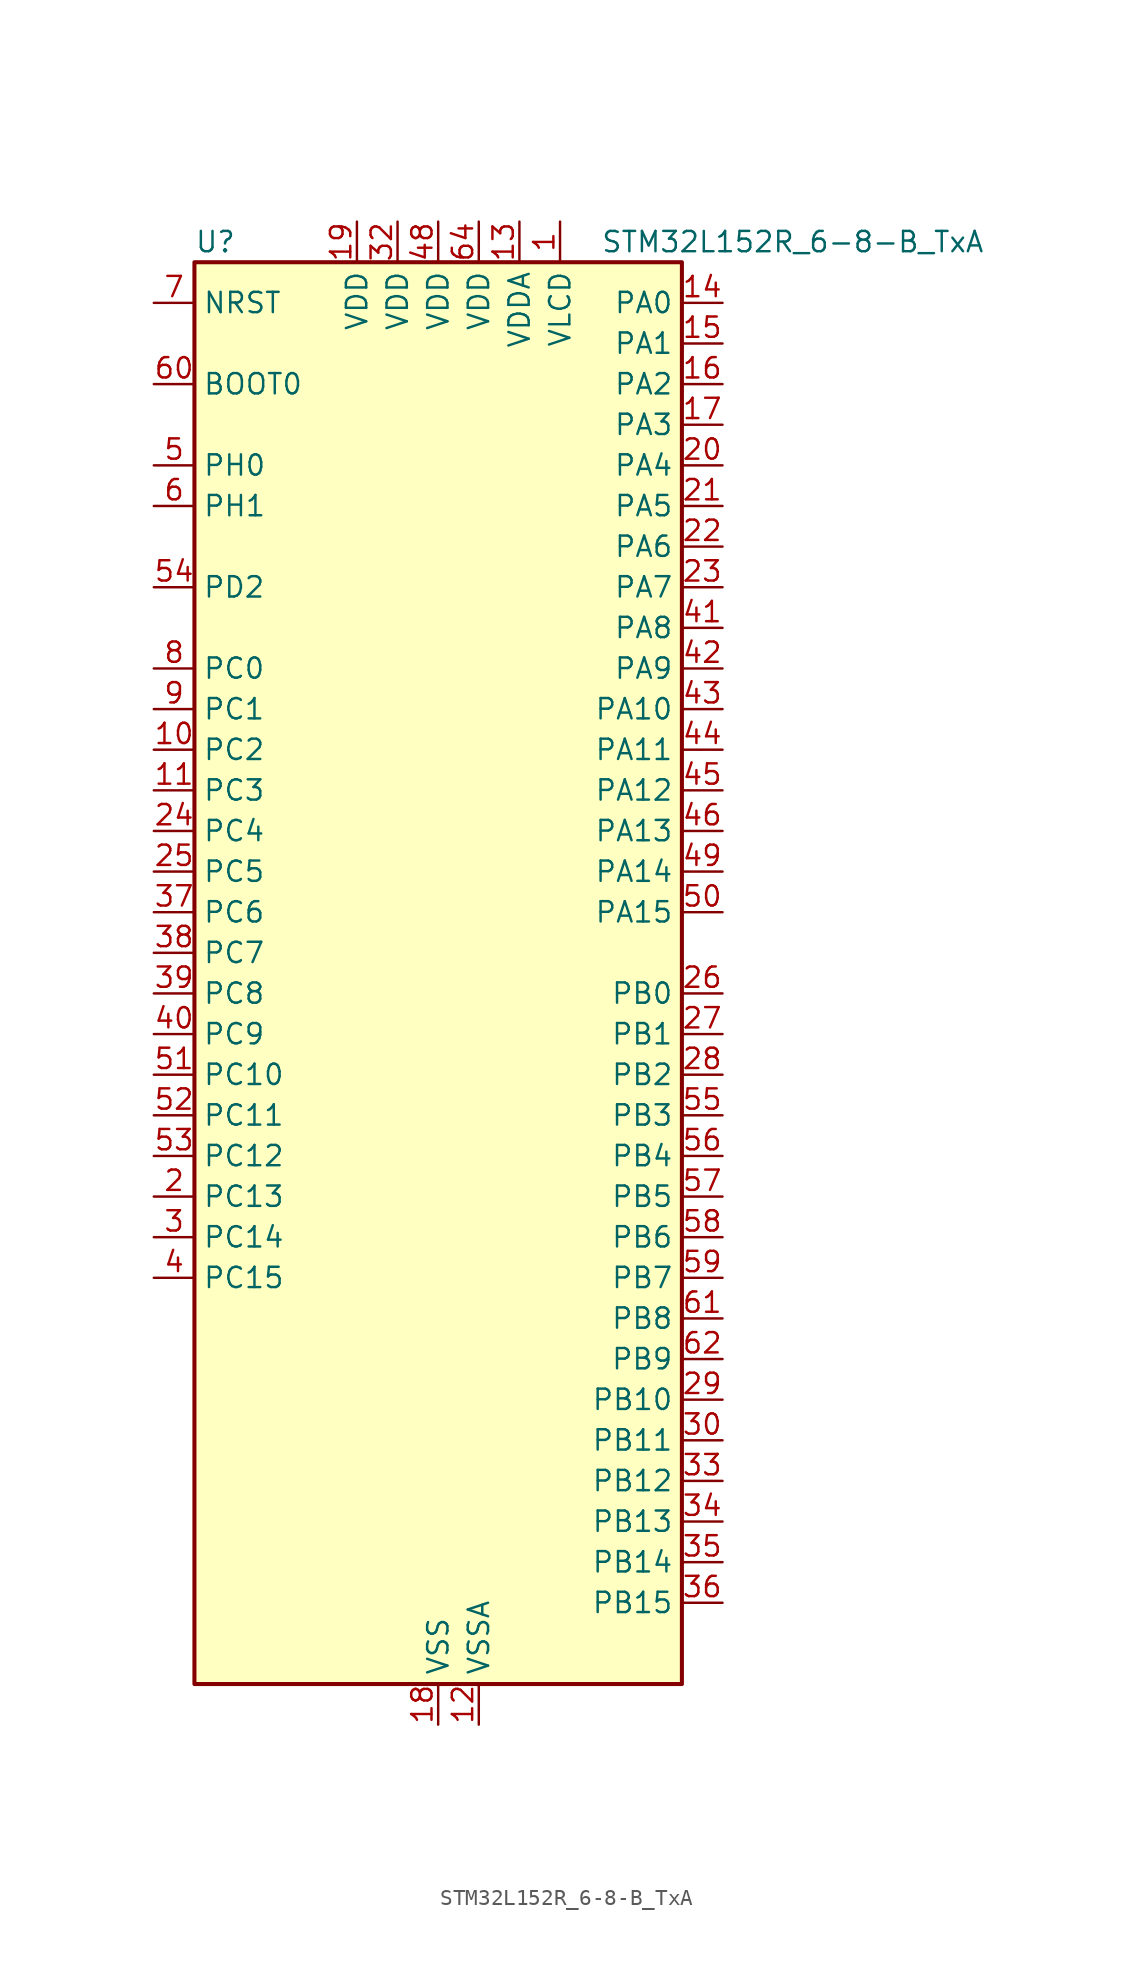
<source format=kicad_sym>
(kicad_symbol_lib
  (version 20220914)
  (generator kicad_symbol_editor)
  (symbol "STM32L152R_6-8-B_TxA"
    (property "Reference" "U"
      (at -15.24 46.99 0)
      (effects (font (size 1.27 1.27)) (justify left)))
    (property "Value" "STM32L152R_6-8-B_TxA"
      (at 10.16 46.99 0)
      (effects (font (size 1.27 1.27)) (justify left)))
    (property "ki_locked" ""
      (at 0 0 0)
      (effects (font (size 1.27 1.27))))
    (symbol "STM32L152R_6-8-B_TxA_0_1"
      (rectangle (start -15.24 -43.18) (end 15.24 45.72) (stroke (width 0.254) (type default)) (fill (type background))))
    (symbol "STM32L152R_6-8-B_TxA_1_1"
      (pin power_in line (at 7.62 48.26 270) (length 2.54) (name "VLCD" (effects (font (size 1.27 1.27)))) (number "1" (effects (font (size 1.27 1.27)))))
      (pin bidirectional line (at -17.78 15.24 0) (length 2.54) (name "PC2" (effects (font (size 1.27 1.27)))) (number "10" (effects (font (size 1.27 1.27)))) (alternate "ADC_IN12" bidirectional line) (alternate "COMP1_INP" bidirectional line) (alternate "LCD_SEG20" bidirectional line) (alternate "TIMX_IC3" bidirectional line) (alternate "TS_G8_IO3" bidirectional line))
      (pin bidirectional line (at -17.78 12.7 0) (length 2.54) (name "PC3" (effects (font (size 1.27 1.27)))) (number "11" (effects (font (size 1.27 1.27)))) (alternate "ADC_IN13" bidirectional line) (alternate "COMP1_INP" bidirectional line) (alternate "LCD_SEG21" bidirectional line) (alternate "TIMX_IC4" bidirectional line) (alternate "TS_G8_IO4" bidirectional line))
      (pin power_in line (at 2.54 -45.72 90) (length 2.54) (name "VSSA" (effects (font (size 1.27 1.27)))) (number "12" (effects (font (size 1.27 1.27)))))
      (pin power_in line (at 5.08 48.26 270) (length 2.54) (name "VDDA" (effects (font (size 1.27 1.27)))) (number "13" (effects (font (size 1.27 1.27)))))
      (pin bidirectional line (at 17.78 43.18 180) (length 2.54) (name "PA0" (effects (font (size 1.27 1.27)))) (number "14" (effects (font (size 1.27 1.27)))) (alternate "ADC_IN0" bidirectional line) (alternate "COMP1_INP" bidirectional line) (alternate "RTC_TAMP2" bidirectional line) (alternate "SYS_WKUP1" bidirectional line) (alternate "TIM2_CH1" bidirectional line) (alternate "TIM2_ETR" bidirectional line) (alternate "TIMX_IC1" bidirectional line) (alternate "TS_G1_IO1" bidirectional line) (alternate "USART2_CTS" bidirectional line))
      (pin bidirectional line (at 17.78 40.64 180) (length 2.54) (name "PA1" (effects (font (size 1.27 1.27)))) (number "15" (effects (font (size 1.27 1.27)))) (alternate "ADC_IN1" bidirectional line) (alternate "COMP1_INP" bidirectional line) (alternate "LCD_SEG0" bidirectional line) (alternate "TIM2_CH2" bidirectional line) (alternate "TIMX_IC2" bidirectional line) (alternate "TS_G1_IO2" bidirectional line) (alternate "USART2_RTS" bidirectional line))
      (pin bidirectional line (at 17.78 38.1 180) (length 2.54) (name "PA2" (effects (font (size 1.27 1.27)))) (number "16" (effects (font (size 1.27 1.27)))) (alternate "ADC_IN2" bidirectional line) (alternate "COMP1_INP" bidirectional line) (alternate "LCD_SEG1" bidirectional line) (alternate "TIM2_CH3" bidirectional line) (alternate "TIM9_CH1" bidirectional line) (alternate "TIMX_IC3" bidirectional line) (alternate "TS_G1_IO3" bidirectional line) (alternate "USART2_TX" bidirectional line))
      (pin bidirectional line (at 17.78 35.56 180) (length 2.54) (name "PA3" (effects (font (size 1.27 1.27)))) (number "17" (effects (font (size 1.27 1.27)))) (alternate "ADC_IN3" bidirectional line) (alternate "COMP1_INP" bidirectional line) (alternate "LCD_SEG2" bidirectional line) (alternate "TIM2_CH4" bidirectional line) (alternate "TIM9_CH2" bidirectional line) (alternate "TIMX_IC4" bidirectional line) (alternate "TS_G1_IO4" bidirectional line) (alternate "USART2_RX" bidirectional line))
      (pin power_in line (at 0 -45.72 90) (length 2.54) (name "VSS" (effects (font (size 1.27 1.27)))) (number "18" (effects (font (size 1.27 1.27)))))
      (pin power_in line (at -5.08 48.26 270) (length 2.54) (name "VDD" (effects (font (size 1.27 1.27)))) (number "19" (effects (font (size 1.27 1.27)))))
      (pin bidirectional line (at -17.78 -12.7 0) (length 2.54) (name "PC13" (effects (font (size 1.27 1.27)))) (number "2" (effects (font (size 1.27 1.27)))) (alternate "RTC_OUT_ALARM" bidirectional line) (alternate "RTC_OUT_CALIB" bidirectional line) (alternate "RTC_TAMP1" bidirectional line) (alternate "RTC_TS" bidirectional line) (alternate "SYS_WKUP2" bidirectional line) (alternate "TIMX_IC2" bidirectional line))
      (pin bidirectional line (at 17.78 33.02 180) (length 2.54) (name "PA4" (effects (font (size 1.27 1.27)))) (number "20" (effects (font (size 1.27 1.27)))) (alternate "ADC_IN4" bidirectional line) (alternate "COMP1_INP" bidirectional line) (alternate "DAC_OUT1" bidirectional line) (alternate "SPI1_NSS" bidirectional line) (alternate "TIMX_IC1" bidirectional line) (alternate "USART2_CK" bidirectional line))
      (pin bidirectional line (at 17.78 30.48 180) (length 2.54) (name "PA5" (effects (font (size 1.27 1.27)))) (number "21" (effects (font (size 1.27 1.27)))) (alternate "ADC_IN5" bidirectional line) (alternate "COMP1_INP" bidirectional line) (alternate "DAC_OUT2" bidirectional line) (alternate "SPI1_SCK" bidirectional line) (alternate "TIM2_CH1" bidirectional line) (alternate "TIM2_ETR" bidirectional line) (alternate "TIMX_IC2" bidirectional line))
      (pin bidirectional line (at 17.78 27.94 180) (length 2.54) (name "PA6" (effects (font (size 1.27 1.27)))) (number "22" (effects (font (size 1.27 1.27)))) (alternate "ADC_IN6" bidirectional line) (alternate "COMP1_INP" bidirectional line) (alternate "LCD_SEG3" bidirectional line) (alternate "SPI1_MISO" bidirectional line) (alternate "TIM10_CH1" bidirectional line) (alternate "TIM3_CH1" bidirectional line) (alternate "TIMX_IC3" bidirectional line) (alternate "TS_G2_IO1" bidirectional line))
      (pin bidirectional line (at 17.78 25.4 180) (length 2.54) (name "PA7" (effects (font (size 1.27 1.27)))) (number "23" (effects (font (size 1.27 1.27)))) (alternate "ADC_IN7" bidirectional line) (alternate "COMP1_INP" bidirectional line) (alternate "LCD_SEG4" bidirectional line) (alternate "SPI1_MOSI" bidirectional line) (alternate "TIM11_CH1" bidirectional line) (alternate "TIM3_CH2" bidirectional line) (alternate "TIMX_IC4" bidirectional line) (alternate "TS_G2_IO2" bidirectional line))
      (pin bidirectional line (at -17.78 10.16 0) (length 2.54) (name "PC4" (effects (font (size 1.27 1.27)))) (number "24" (effects (font (size 1.27 1.27)))) (alternate "ADC_IN14" bidirectional line) (alternate "COMP1_INP" bidirectional line) (alternate "LCD_SEG22" bidirectional line) (alternate "TIMX_IC1" bidirectional line) (alternate "TS_G9_IO1" bidirectional line))
      (pin bidirectional line (at -17.78 7.62 0) (length 2.54) (name "PC5" (effects (font (size 1.27 1.27)))) (number "25" (effects (font (size 1.27 1.27)))) (alternate "ADC_IN15" bidirectional line) (alternate "COMP1_INP" bidirectional line) (alternate "LCD_SEG23" bidirectional line) (alternate "TIMX_IC2" bidirectional line) (alternate "TS_G9_IO2" bidirectional line))
      (pin bidirectional line (at 17.78 0 180) (length 2.54) (name "PB0" (effects (font (size 1.27 1.27)))) (number "26" (effects (font (size 1.27 1.27)))) (alternate "ADC_IN8" bidirectional line) (alternate "COMP1_INP" bidirectional line) (alternate "LCD_SEG5" bidirectional line) (alternate "SYS_V_REF_OUT" bidirectional line) (alternate "TIM3_CH3" bidirectional line) (alternate "TS_G3_IO1" bidirectional line))
      (pin bidirectional line (at 17.78 -2.54 180) (length 2.54) (name "PB1" (effects (font (size 1.27 1.27)))) (number "27" (effects (font (size 1.27 1.27)))) (alternate "ADC_IN9" bidirectional line) (alternate "COMP1_INP" bidirectional line) (alternate "LCD_SEG6" bidirectional line) (alternate "SYS_V_REF_OUT" bidirectional line) (alternate "TIM3_CH4" bidirectional line) (alternate "TS_G3_IO2" bidirectional line))
      (pin bidirectional line (at 17.78 -5.08 180) (length 2.54) (name "PB2" (effects (font (size 1.27 1.27)))) (number "28" (effects (font (size 1.27 1.27)))) (alternate "TS_G3_IO3" bidirectional line))
      (pin bidirectional line (at 17.78 -25.4 180) (length 2.54) (name "PB10" (effects (font (size 1.27 1.27)))) (number "29" (effects (font (size 1.27 1.27)))) (alternate "I2C2_SCL" bidirectional line) (alternate "LCD_SEG10" bidirectional line) (alternate "TIM2_CH3" bidirectional line) (alternate "USART3_TX" bidirectional line))
      (pin bidirectional line (at -17.78 -15.24 0) (length 2.54) (name "PC14" (effects (font (size 1.27 1.27)))) (number "3" (effects (font (size 1.27 1.27)))) (alternate "RCC_OSC32_IN" bidirectional line) (alternate "TIMX_IC3" bidirectional line))
      (pin bidirectional line (at 17.78 -27.94 180) (length 2.54) (name "PB11" (effects (font (size 1.27 1.27)))) (number "30" (effects (font (size 1.27 1.27)))) (alternate "ADC_EXTI11" bidirectional line) (alternate "I2C2_SDA" bidirectional line) (alternate "LCD_SEG11" bidirectional line) (alternate "TIM2_CH4" bidirectional line) (alternate "USART3_RX" bidirectional line))
      (pin passive line (at 0 -45.72 90) (length 2.54) hide (name "VSS" (effects (font (size 1.27 1.27)))) (number "31" (effects (font (size 1.27 1.27)))))
      (pin power_in line (at -2.54 48.26 270) (length 2.54) (name "VDD" (effects (font (size 1.27 1.27)))) (number "32" (effects (font (size 1.27 1.27)))))
      (pin bidirectional line (at 17.78 -30.48 180) (length 2.54) (name "PB12" (effects (font (size 1.27 1.27)))) (number "33" (effects (font (size 1.27 1.27)))) (alternate "ADC_IN18" bidirectional line) (alternate "COMP1_INP" bidirectional line) (alternate "I2C2_SMBA" bidirectional line) (alternate "LCD_SEG12" bidirectional line) (alternate "SPI2_NSS" bidirectional line) (alternate "TIM10_CH1" bidirectional line) (alternate "TS_G7_IO1" bidirectional line) (alternate "USART3_CK" bidirectional line))
      (pin bidirectional line (at 17.78 -33.02 180) (length 2.54) (name "PB13" (effects (font (size 1.27 1.27)))) (number "34" (effects (font (size 1.27 1.27)))) (alternate "ADC_IN19" bidirectional line) (alternate "COMP1_INP" bidirectional line) (alternate "LCD_SEG13" bidirectional line) (alternate "SPI2_SCK" bidirectional line) (alternate "TIM9_CH1" bidirectional line) (alternate "TS_G7_IO2" bidirectional line) (alternate "USART3_CTS" bidirectional line))
      (pin bidirectional line (at 17.78 -35.56 180) (length 2.54) (name "PB14" (effects (font (size 1.27 1.27)))) (number "35" (effects (font (size 1.27 1.27)))) (alternate "ADC_IN20" bidirectional line) (alternate "COMP1_INP" bidirectional line) (alternate "LCD_SEG14" bidirectional line) (alternate "SPI2_MISO" bidirectional line) (alternate "TIM9_CH2" bidirectional line) (alternate "TS_G7_IO3" bidirectional line) (alternate "USART3_RTS" bidirectional line))
      (pin bidirectional line (at 17.78 -38.1 180) (length 2.54) (name "PB15" (effects (font (size 1.27 1.27)))) (number "36" (effects (font (size 1.27 1.27)))) (alternate "ADC_EXTI15" bidirectional line) (alternate "ADC_IN21" bidirectional line) (alternate "COMP1_INP" bidirectional line) (alternate "LCD_SEG15" bidirectional line) (alternate "RTC_REFIN" bidirectional line) (alternate "SPI2_MOSI" bidirectional line) (alternate "TIM11_CH1" bidirectional line) (alternate "TS_G7_IO4" bidirectional line))
      (pin bidirectional line (at -17.78 5.08 0) (length 2.54) (name "PC6" (effects (font (size 1.27 1.27)))) (number "37" (effects (font (size 1.27 1.27)))) (alternate "LCD_SEG24" bidirectional line) (alternate "TIM3_CH1" bidirectional line) (alternate "TIMX_IC3" bidirectional line) (alternate "TS_G10_IO1" bidirectional line))
      (pin bidirectional line (at -17.78 2.54 0) (length 2.54) (name "PC7" (effects (font (size 1.27 1.27)))) (number "38" (effects (font (size 1.27 1.27)))) (alternate "LCD_SEG25" bidirectional line) (alternate "TIM3_CH2" bidirectional line) (alternate "TIMX_IC4" bidirectional line) (alternate "TS_G10_IO2" bidirectional line))
      (pin bidirectional line (at -17.78 0 0) (length 2.54) (name "PC8" (effects (font (size 1.27 1.27)))) (number "39" (effects (font (size 1.27 1.27)))) (alternate "LCD_SEG26" bidirectional line) (alternate "TIM3_CH3" bidirectional line) (alternate "TIMX_IC1" bidirectional line) (alternate "TS_G10_IO3" bidirectional line))
      (pin bidirectional line (at -17.78 -17.78 0) (length 2.54) (name "PC15" (effects (font (size 1.27 1.27)))) (number "4" (effects (font (size 1.27 1.27)))) (alternate "ADC_EXTI15" bidirectional line) (alternate "RCC_OSC32_OUT" bidirectional line) (alternate "TIMX_IC4" bidirectional line))
      (pin bidirectional line (at -17.78 -2.54 0) (length 2.54) (name "PC9" (effects (font (size 1.27 1.27)))) (number "40" (effects (font (size 1.27 1.27)))) (alternate "DAC_EXTI9" bidirectional line) (alternate "LCD_SEG27" bidirectional line) (alternate "TIM3_CH4" bidirectional line) (alternate "TIMX_IC2" bidirectional line) (alternate "TS_G10_IO4" bidirectional line))
      (pin bidirectional line (at 17.78 22.86 180) (length 2.54) (name "PA8" (effects (font (size 1.27 1.27)))) (number "41" (effects (font (size 1.27 1.27)))) (alternate "LCD_COM0" bidirectional line) (alternate "RCC_MCO" bidirectional line) (alternate "TIMX_IC1" bidirectional line) (alternate "TS_G4_IO1" bidirectional line) (alternate "USART1_CK" bidirectional line))
      (pin bidirectional line (at 17.78 20.32 180) (length 2.54) (name "PA9" (effects (font (size 1.27 1.27)))) (number "42" (effects (font (size 1.27 1.27)))) (alternate "DAC_EXTI9" bidirectional line) (alternate "LCD_COM1" bidirectional line) (alternate "TIMX_IC2" bidirectional line) (alternate "TS_G4_IO2" bidirectional line) (alternate "USART1_TX" bidirectional line))
      (pin bidirectional line (at 17.78 17.78 180) (length 2.54) (name "PA10" (effects (font (size 1.27 1.27)))) (number "43" (effects (font (size 1.27 1.27)))) (alternate "LCD_COM2" bidirectional line) (alternate "TIMX_IC3" bidirectional line) (alternate "TS_G4_IO3" bidirectional line) (alternate "USART1_RX" bidirectional line))
      (pin bidirectional line (at 17.78 15.24 180) (length 2.54) (name "PA11" (effects (font (size 1.27 1.27)))) (number "44" (effects (font (size 1.27 1.27)))) (alternate "ADC_EXTI11" bidirectional line) (alternate "SPI1_MISO" bidirectional line) (alternate "TIMX_IC4" bidirectional line) (alternate "USART1_CTS" bidirectional line) (alternate "USB_DM" bidirectional line))
      (pin bidirectional line (at 17.78 12.7 180) (length 2.54) (name "PA12" (effects (font (size 1.27 1.27)))) (number "45" (effects (font (size 1.27 1.27)))) (alternate "SPI1_MOSI" bidirectional line) (alternate "TIMX_IC1" bidirectional line) (alternate "USART1_RTS" bidirectional line) (alternate "USB_DP" bidirectional line))
      (pin bidirectional line (at 17.78 10.16 180) (length 2.54) (name "PA13" (effects (font (size 1.27 1.27)))) (number "46" (effects (font (size 1.27 1.27)))) (alternate "SYS_JTMS-SWDIO" bidirectional line) (alternate "TIMX_IC2" bidirectional line) (alternate "TS_G5_IO1" bidirectional line))
      (pin passive line (at 0 -45.72 90) (length 2.54) hide (name "VSS" (effects (font (size 1.27 1.27)))) (number "47" (effects (font (size 1.27 1.27)))))
      (pin power_in line (at 0 48.26 270) (length 2.54) (name "VDD" (effects (font (size 1.27 1.27)))) (number "48" (effects (font (size 1.27 1.27)))))
      (pin bidirectional line (at 17.78 7.62 180) (length 2.54) (name "PA14" (effects (font (size 1.27 1.27)))) (number "49" (effects (font (size 1.27 1.27)))) (alternate "SYS_JTCK-SWCLK" bidirectional line) (alternate "TIMX_IC3" bidirectional line) (alternate "TS_G5_IO2" bidirectional line))
      (pin bidirectional line (at -17.78 33.02 0) (length 2.54) (name "PH0" (effects (font (size 1.27 1.27)))) (number "5" (effects (font (size 1.27 1.27)))) (alternate "RCC_OSC_IN" bidirectional line))
      (pin bidirectional line (at 17.78 5.08 180) (length 2.54) (name "PA15" (effects (font (size 1.27 1.27)))) (number "50" (effects (font (size 1.27 1.27)))) (alternate "ADC_EXTI15" bidirectional line) (alternate "LCD_SEG17" bidirectional line) (alternate "SPI1_NSS" bidirectional line) (alternate "SYS_JTDI" bidirectional line) (alternate "TIM2_CH1" bidirectional line) (alternate "TIM2_ETR" bidirectional line) (alternate "TIMX_IC4" bidirectional line) (alternate "TS_G5_IO3" bidirectional line))
      (pin bidirectional line (at -17.78 -5.08 0) (length 2.54) (name "PC10" (effects (font (size 1.27 1.27)))) (number "51" (effects (font (size 1.27 1.27)))) (alternate "LCD_COM4" bidirectional line) (alternate "LCD_SEG28" bidirectional line) (alternate "LCD_SEG40" bidirectional line) (alternate "TIMX_IC3" bidirectional line) (alternate "USART3_TX" bidirectional line))
      (pin bidirectional line (at -17.78 -7.62 0) (length 2.54) (name "PC11" (effects (font (size 1.27 1.27)))) (number "52" (effects (font (size 1.27 1.27)))) (alternate "ADC_EXTI11" bidirectional line) (alternate "LCD_COM5" bidirectional line) (alternate "LCD_SEG29" bidirectional line) (alternate "LCD_SEG41" bidirectional line) (alternate "TIMX_IC4" bidirectional line) (alternate "USART3_RX" bidirectional line))
      (pin bidirectional line (at -17.78 -10.16 0) (length 2.54) (name "PC12" (effects (font (size 1.27 1.27)))) (number "53" (effects (font (size 1.27 1.27)))) (alternate "LCD_COM6" bidirectional line) (alternate "LCD_SEG30" bidirectional line) (alternate "LCD_SEG42" bidirectional line) (alternate "TIMX_IC1" bidirectional line) (alternate "USART3_CK" bidirectional line))
      (pin bidirectional line (at -17.78 25.4 0) (length 2.54) (name "PD2" (effects (font (size 1.27 1.27)))) (number "54" (effects (font (size 1.27 1.27)))) (alternate "LCD_COM7" bidirectional line) (alternate "LCD_SEG31" bidirectional line) (alternate "LCD_SEG43" bidirectional line) (alternate "TIM3_ETR" bidirectional line) (alternate "TIMX_IC3" bidirectional line))
      (pin bidirectional line (at 17.78 -7.62 180) (length 2.54) (name "PB3" (effects (font (size 1.27 1.27)))) (number "55" (effects (font (size 1.27 1.27)))) (alternate "COMP2_INM" bidirectional line) (alternate "LCD_SEG7" bidirectional line) (alternate "SPI1_SCK" bidirectional line) (alternate "SYS_JTDO-TRACESWO" bidirectional line) (alternate "TIM2_CH2" bidirectional line))
      (pin bidirectional line (at 17.78 -10.16 180) (length 2.54) (name "PB4" (effects (font (size 1.27 1.27)))) (number "56" (effects (font (size 1.27 1.27)))) (alternate "COMP2_INP" bidirectional line) (alternate "LCD_SEG8" bidirectional line) (alternate "SPI1_MISO" bidirectional line) (alternate "SYS_JTRST" bidirectional line) (alternate "TIM3_CH1" bidirectional line) (alternate "TS_G6_IO1" bidirectional line))
      (pin bidirectional line (at 17.78 -12.7 180) (length 2.54) (name "PB5" (effects (font (size 1.27 1.27)))) (number "57" (effects (font (size 1.27 1.27)))) (alternate "COMP2_INP" bidirectional line) (alternate "I2C1_SMBA" bidirectional line) (alternate "LCD_SEG9" bidirectional line) (alternate "SPI1_MOSI" bidirectional line) (alternate "TIM3_CH2" bidirectional line) (alternate "TS_G6_IO2" bidirectional line))
      (pin bidirectional line (at 17.78 -15.24 180) (length 2.54) (name "PB6" (effects (font (size 1.27 1.27)))) (number "58" (effects (font (size 1.27 1.27)))) (alternate "I2C1_SCL" bidirectional line) (alternate "TIM4_CH1" bidirectional line) (alternate "TS_G6_IO3" bidirectional line) (alternate "USART1_TX" bidirectional line))
      (pin bidirectional line (at 17.78 -17.78 180) (length 2.54) (name "PB7" (effects (font (size 1.27 1.27)))) (number "59" (effects (font (size 1.27 1.27)))) (alternate "I2C1_SDA" bidirectional line) (alternate "SYS_PVD_IN" bidirectional line) (alternate "TIM4_CH2" bidirectional line) (alternate "TS_G6_IO4" bidirectional line) (alternate "USART1_RX" bidirectional line))
      (pin bidirectional line (at -17.78 30.48 0) (length 2.54) (name "PH1" (effects (font (size 1.27 1.27)))) (number "6" (effects (font (size 1.27 1.27)))) (alternate "RCC_OSC_OUT" bidirectional line))
      (pin input line (at -17.78 38.1 0) (length 2.54) (name "BOOT0" (effects (font (size 1.27 1.27)))) (number "60" (effects (font (size 1.27 1.27)))))
      (pin bidirectional line (at 17.78 -20.32 180) (length 2.54) (name "PB8" (effects (font (size 1.27 1.27)))) (number "61" (effects (font (size 1.27 1.27)))) (alternate "I2C1_SCL" bidirectional line) (alternate "LCD_SEG16" bidirectional line) (alternate "TIM10_CH1" bidirectional line) (alternate "TIM4_CH3" bidirectional line))
      (pin bidirectional line (at 17.78 -22.86 180) (length 2.54) (name "PB9" (effects (font (size 1.27 1.27)))) (number "62" (effects (font (size 1.27 1.27)))) (alternate "DAC_EXTI9" bidirectional line) (alternate "I2C1_SDA" bidirectional line) (alternate "LCD_COM3" bidirectional line) (alternate "TIM11_CH1" bidirectional line) (alternate "TIM4_CH4" bidirectional line))
      (pin passive line (at 0 -45.72 90) (length 2.54) hide (name "VSS" (effects (font (size 1.27 1.27)))) (number "63" (effects (font (size 1.27 1.27)))))
      (pin power_in line (at 2.54 48.26 270) (length 2.54) (name "VDD" (effects (font (size 1.27 1.27)))) (number "64" (effects (font (size 1.27 1.27)))))
      (pin input line (at -17.78 43.18 0) (length 2.54) (name "NRST" (effects (font (size 1.27 1.27)))) (number "7" (effects (font (size 1.27 1.27)))))
      (pin bidirectional line (at -17.78 20.32 0) (length 2.54) (name "PC0" (effects (font (size 1.27 1.27)))) (number "8" (effects (font (size 1.27 1.27)))) (alternate "ADC_IN10" bidirectional line) (alternate "COMP1_INP" bidirectional line) (alternate "LCD_SEG18" bidirectional line) (alternate "TIMX_IC1" bidirectional line) (alternate "TS_G8_IO1" bidirectional line))
      (pin bidirectional line (at -17.78 17.78 0) (length 2.54) (name "PC1" (effects (font (size 1.27 1.27)))) (number "9" (effects (font (size 1.27 1.27)))) (alternate "ADC_IN11" bidirectional line) (alternate "COMP1_INP" bidirectional line) (alternate "LCD_SEG19" bidirectional line) (alternate "TIMX_IC2" bidirectional line) (alternate "TS_G8_IO2" bidirectional line)))))
</source>
